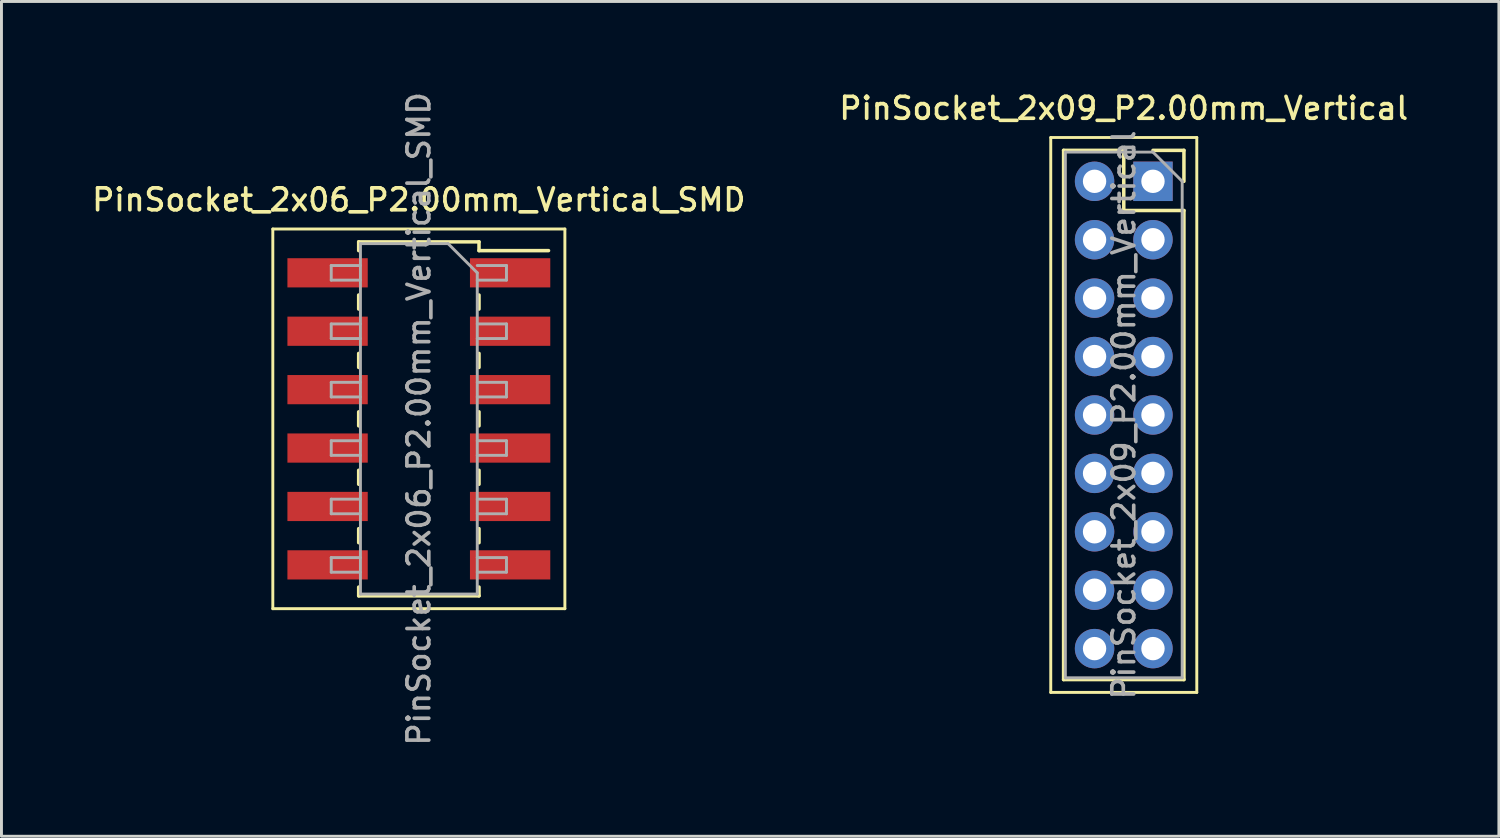
<source format=kicad_pcb>
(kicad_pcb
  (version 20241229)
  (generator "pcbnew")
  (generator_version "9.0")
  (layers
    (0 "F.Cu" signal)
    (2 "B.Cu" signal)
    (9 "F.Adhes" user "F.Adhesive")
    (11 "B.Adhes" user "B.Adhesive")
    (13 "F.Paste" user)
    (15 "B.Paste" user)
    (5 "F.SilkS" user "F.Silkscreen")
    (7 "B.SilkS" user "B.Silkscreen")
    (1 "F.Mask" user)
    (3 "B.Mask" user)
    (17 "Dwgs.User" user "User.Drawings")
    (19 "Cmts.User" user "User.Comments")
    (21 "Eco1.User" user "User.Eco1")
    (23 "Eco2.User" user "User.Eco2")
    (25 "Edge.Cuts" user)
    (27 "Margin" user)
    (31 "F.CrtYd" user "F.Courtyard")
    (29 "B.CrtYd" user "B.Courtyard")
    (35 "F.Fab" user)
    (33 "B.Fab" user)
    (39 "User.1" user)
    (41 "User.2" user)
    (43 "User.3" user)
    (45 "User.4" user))
  (footprint "PinSocket_2x06_P2.00mm_Vertical_SMD"
    (layer "F.Cu")
    (at 11.291 11.291)
    (property "Reference" "PinSocket_2x06_P2.00mm_Vertical_SMD" (at 0 -7.5 0) (layer "F.SilkS") (effects (font (size 0.75 0.75) (thickness 0.125))))
    (attr smd)
    (fp_line (start -5 -6.5) (end 5 -6.5) (stroke (width 0.1) (type solid)) (layer "F.SilkS"))
    (fp_line (start -5 6.5) (end -5 -6.5) (stroke (width 0.1) (type solid)) (layer "F.SilkS"))
    (fp_line (start -2.06 -6.06) (end -2.06 -5.76) (stroke (width 0.12) (type solid)) (layer "F.SilkS"))
    (fp_line (start -2.06 -6.06) (end 2.06 -6.06) (stroke (width 0.12) (type solid)) (layer "F.SilkS"))
    (fp_line (start -2.06 -4.24) (end -2.06 -3.76) (stroke (width 0.12) (type solid)) (layer "F.SilkS"))
    (fp_line (start -2.06 -2.24) (end -2.06 -1.76) (stroke (width 0.12) (type solid)) (layer "F.SilkS"))
    (fp_line (start -2.06 -0.24) (end -2.06 0.24) (stroke (width 0.12) (type solid)) (layer "F.SilkS"))
    (fp_line (start -2.06 1.76) (end -2.06 2.24) (stroke (width 0.12) (type solid)) (layer "F.SilkS"))
    (fp_line (start -2.06 3.76) (end -2.06 4.24) (stroke (width 0.12) (type solid)) (layer "F.SilkS"))
    (fp_line (start -2.06 5.76) (end -2.06 6.06) (stroke (width 0.12) (type solid)) (layer "F.SilkS"))
    (fp_line (start -2.06 6.06) (end 2.06 6.06) (stroke (width 0.12) (type solid)) (layer "F.SilkS"))
    (fp_line (start 2.06 -6.06) (end 2.06 -5.76) (stroke (width 0.12) (type solid)) (layer "F.SilkS"))
    (fp_line (start 2.06 -5.76) (end 4.44 -5.76) (stroke (width 0.12) (type solid)) (layer "F.SilkS"))
    (fp_line (start 2.06 -4.24) (end 2.06 -3.76) (stroke (width 0.12) (type solid)) (layer "F.SilkS"))
    (fp_line (start 2.06 -2.24) (end 2.06 -1.76) (stroke (width 0.12) (type solid)) (layer "F.SilkS"))
    (fp_line (start 2.06 -0.24) (end 2.06 0.24) (stroke (width 0.12) (type solid)) (layer "F.SilkS"))
    (fp_line (start 2.06 1.76) (end 2.06 2.24) (stroke (width 0.12) (type solid)) (layer "F.SilkS"))
    (fp_line (start 2.06 3.76) (end 2.06 4.24) (stroke (width 0.12) (type solid)) (layer "F.SilkS"))
    (fp_line (start 2.06 5.76) (end 2.06 6.06) (stroke (width 0.12) (type solid)) (layer "F.SilkS"))
    (fp_line (start 5 -6.5) (end 5 6.5) (stroke (width 0.1) (type solid)) (layer "F.SilkS"))
    (fp_line (start 5 6.5) (end -5 6.5) (stroke (width 0.1) (type solid)) (layer "F.SilkS"))
    (fp_line (start -3 -5.25) (end -2 -5.25) (stroke (width 0.1) (type solid)) (layer "F.Fab"))
    (fp_line (start -3 -4.75) (end -3 -5.25) (stroke (width 0.1) (type solid)) (layer "F.Fab"))
    (fp_line (start -3 -3.25) (end -2 -3.25) (stroke (width 0.1) (type solid)) (layer "F.Fab"))
    (fp_line (start -3 -2.75) (end -3 -3.25) (stroke (width 0.1) (type solid)) (layer "F.Fab"))
    (fp_line (start -3 -1.25) (end -2 -1.25) (stroke (width 0.1) (type solid)) (layer "F.Fab"))
    (fp_line (start -3 -0.75) (end -3 -1.25) (stroke (width 0.1) (type solid)) (layer "F.Fab"))
    (fp_line (start -3 0.75) (end -2 0.75) (stroke (width 0.1) (type solid)) (layer "F.Fab"))
    (fp_line (start -3 1.25) (end -3 0.75) (stroke (width 0.1) (type solid)) (layer "F.Fab"))
    (fp_line (start -3 2.75) (end -2 2.75) (stroke (width 0.1) (type solid)) (layer "F.Fab"))
    (fp_line (start -3 3.25) (end -3 2.75) (stroke (width 0.1) (type solid)) (layer "F.Fab"))
    (fp_line (start -3 4.75) (end -2 4.75) (stroke (width 0.1) (type solid)) (layer "F.Fab"))
    (fp_line (start -3 5.25) (end -3 4.75) (stroke (width 0.1) (type solid)) (layer "F.Fab"))
    (fp_line (start -2 -6) (end 1 -6) (stroke (width 0.1) (type solid)) (layer "F.Fab"))
    (fp_line (start -2 -4.75) (end -3 -4.75) (stroke (width 0.1) (type solid)) (layer "F.Fab"))
    (fp_line (start -2 -2.75) (end -3 -2.75) (stroke (width 0.1) (type solid)) (layer "F.Fab"))
    (fp_line (start -2 -0.75) (end -3 -0.75) (stroke (width 0.1) (type solid)) (layer "F.Fab"))
    (fp_line (start -2 1.25) (end -3 1.25) (stroke (width 0.1) (type solid)) (layer "F.Fab"))
    (fp_line (start -2 3.25) (end -3 3.25) (stroke (width 0.1) (type solid)) (layer "F.Fab"))
    (fp_line (start -2 5.25) (end -3 5.25) (stroke (width 0.1) (type solid)) (layer "F.Fab"))
    (fp_line (start -2 6) (end -2 -6) (stroke (width 0.1) (type solid)) (layer "F.Fab"))
    (fp_line (start 1 -6) (end 2 -5) (stroke (width 0.1) (type solid)) (layer "F.Fab"))
    (fp_line (start 2 -5.25) (end 3 -5.25) (stroke (width 0.1) (type solid)) (layer "F.Fab"))
    (fp_line (start 2 -5) (end 2 6) (stroke (width 0.1) (type solid)) (layer "F.Fab"))
    (fp_line (start 2 -3.25) (end 3 -3.25) (stroke (width 0.1) (type solid)) (layer "F.Fab"))
    (fp_line (start 2 -1.25) (end 3 -1.25) (stroke (width 0.1) (type solid)) (layer "F.Fab"))
    (fp_line (start 2 0.75) (end 3 0.75) (stroke (width 0.1) (type solid)) (layer "F.Fab"))
    (fp_line (start 2 2.75) (end 3 2.75) (stroke (width 0.1) (type solid)) (layer "F.Fab"))
    (fp_line (start 2 4.75) (end 3 4.75) (stroke (width 0.1) (type solid)) (layer "F.Fab"))
    (fp_line (start 2 6) (end -2 6) (stroke (width 0.1) (type solid)) (layer "F.Fab"))
    (fp_line (start 3 -5.25) (end 3 -4.75) (stroke (width 0.1) (type solid)) (layer "F.Fab"))
    (fp_line (start 3 -4.75) (end 2 -4.75) (stroke (width 0.1) (type solid)) (layer "F.Fab"))
    (fp_line (start 3 -3.25) (end 3 -2.75) (stroke (width 0.1) (type solid)) (layer "F.Fab"))
    (fp_line (start 3 -2.75) (end 2 -2.75) (stroke (width 0.1) (type solid)) (layer "F.Fab"))
    (fp_line (start 3 -1.25) (end 3 -0.75) (stroke (width 0.1) (type solid)) (layer "F.Fab"))
    (fp_line (start 3 -0.75) (end 2 -0.75) (stroke (width 0.1) (type solid)) (layer "F.Fab"))
    (fp_line (start 3 0.75) (end 3 1.25) (stroke (width 0.1) (type solid)) (layer "F.Fab"))
    (fp_line (start 3 1.25) (end 2 1.25) (stroke (width 0.1) (type solid)) (layer "F.Fab"))
    (fp_line (start 3 2.75) (end 3 3.25) (stroke (width 0.1) (type solid)) (layer "F.Fab"))
    (fp_line (start 3 3.25) (end 2 3.25) (stroke (width 0.1) (type solid)) (layer "F.Fab"))
    (fp_line (start 3 4.75) (end 3 5.25) (stroke (width 0.1) (type solid)) (layer "F.Fab"))
    (fp_line (start 3 5.25) (end 2 5.25) (stroke (width 0.1) (type solid)) (layer "F.Fab"))
    (fp_text user "${REFERENCE}" (at 0 0 90) (layer "F.Fab") (effects (font (size 0.75 0.75) (thickness 0.125))))
    (pad "1" smd rect (at 3.125 -5) (size 2.75 1) (layers "F.Cu" "F.Mask" "F.Paste"))
    (pad "2" smd rect (at -3.125 -5) (size 2.75 1) (layers "F.Cu" "F.Mask" "F.Paste"))
    (pad "3" smd rect (at 3.125 -3) (size 2.75 1) (layers "F.Cu" "F.Mask" "F.Paste"))
    (pad "4" smd rect (at -3.125 -3) (size 2.75 1) (layers "F.Cu" "F.Mask" "F.Paste"))
    (pad "5" smd rect (at 3.125 -1) (size 2.75 1) (layers "F.Cu" "F.Mask" "F.Paste"))
    (pad "6" smd rect (at -3.125 -1) (size 2.75 1) (layers "F.Cu" "F.Mask" "F.Paste"))
    (pad "7" smd rect (at 3.125 1) (size 2.75 1) (layers "F.Cu" "F.Mask" "F.Paste"))
    (pad "8" smd rect (at -3.125 1) (size 2.75 1) (layers "F.Cu" "F.Mask" "F.Paste"))
    (pad "9" smd rect (at 3.125 3) (size 2.75 1) (layers "F.Cu" "F.Mask" "F.Paste"))
    (pad "10" smd rect (at -3.125 3) (size 2.75 1) (layers "F.Cu" "F.Mask" "F.Paste"))
    (pad "11" smd rect (at 3.125 5) (size 2.75 1) (layers "F.Cu" "F.Mask" "F.Paste"))
    (pad "12" smd rect (at -3.125 5) (size 2.75 1) (layers "F.Cu" "F.Mask" "F.Paste")))
  (footprint "PinSocket_2x09_P2.00mm_Vertical"
    (layer "F.Cu")
    (at 36.427 3.158)
    (property "Reference" "PinSocket_2x09_P2.00mm_Vertical" (at -1 -2.5 0) (layer "F.SilkS") (effects (font (size 0.75 0.75) (thickness 0.125))))
    (attr through_hole)
    (fp_line (start -3.5 -1.5) (end 1.5 -1.5) (stroke (width 0.1) (type solid)) (layer "F.SilkS"))
    (fp_line (start -3.5 17.5) (end -3.5 -1.5) (stroke (width 0.1) (type solid)) (layer "F.SilkS"))
    (fp_line (start -3.06 -1.06) (end -3.06 17.06) (stroke (width 0.12) (type solid)) (layer "F.SilkS"))
    (fp_line (start -3.06 -1.06) (end -1 -1.06) (stroke (width 0.12) (type solid)) (layer "F.SilkS"))
    (fp_line (start -3.06 17.06) (end 1.06 17.06) (stroke (width 0.12) (type solid)) (layer "F.SilkS"))
    (fp_line (start -1 -1.06) (end -1 1) (stroke (width 0.12) (type solid)) (layer "F.SilkS"))
    (fp_line (start -1 1) (end 1.06 1) (stroke (width 0.12) (type solid)) (layer "F.SilkS"))
    (fp_line (start 0 -1.06) (end 1.06 -1.06) (stroke (width 0.12) (type solid)) (layer "F.SilkS"))
    (fp_line (start 1.06 -1.06) (end 1.06 0) (stroke (width 0.12) (type solid)) (layer "F.SilkS"))
    (fp_line (start 1.06 1) (end 1.06 17.06) (stroke (width 0.12) (type solid)) (layer "F.SilkS"))
    (fp_line (start 1.5 -1.5) (end 1.5 17.5) (stroke (width 0.1) (type solid)) (layer "F.SilkS"))
    (fp_line (start 1.5 17.5) (end -3.5 17.5) (stroke (width 0.1) (type solid)) (layer "F.SilkS"))
    (fp_line (start -3 -1) (end 0 -1) (stroke (width 0.1) (type solid)) (layer "F.Fab"))
    (fp_line (start -3 17) (end -3 -1) (stroke (width 0.1) (type solid)) (layer "F.Fab"))
    (fp_line (start 0 -1) (end 1 0) (stroke (width 0.1) (type solid)) (layer "F.Fab"))
    (fp_line (start 1 0) (end 1 17) (stroke (width 0.1) (type solid)) (layer "F.Fab"))
    (fp_line (start 1 17) (end -3 17) (stroke (width 0.1) (type solid)) (layer "F.Fab"))
    (fp_text user "${REFERENCE}" (at -1 8 90) (layer "F.Fab") (effects (font (size 0.75 0.75) (thickness 0.125))))
    (pad "1" thru_hole rect (at 0 0) (size 1.35 1.35) (drill 0.8) (layers "*.Cu" "*.Mask"))
    (pad "2" thru_hole oval (at -2 0) (size 1.35 1.35) (drill 0.8) (layers "*.Cu" "*.Mask"))
    (pad "3" thru_hole oval (at 0 2) (size 1.35 1.35) (drill 0.8) (layers "*.Cu" "*.Mask"))
    (pad "4" thru_hole oval (at -2 2) (size 1.35 1.35) (drill 0.8) (layers "*.Cu" "*.Mask"))
    (pad "5" thru_hole oval (at 0 4) (size 1.35 1.35) (drill 0.8) (layers "*.Cu" "*.Mask"))
    (pad "6" thru_hole oval (at -2 4) (size 1.35 1.35) (drill 0.8) (layers "*.Cu" "*.Mask"))
    (pad "7" thru_hole oval (at 0 6) (size 1.35 1.35) (drill 0.8) (layers "*.Cu" "*.Mask"))
    (pad "8" thru_hole oval (at -2 6) (size 1.35 1.35) (drill 0.8) (layers "*.Cu" "*.Mask"))
    (pad "9" thru_hole oval (at 0 8) (size 1.35 1.35) (drill 0.8) (layers "*.Cu" "*.Mask"))
    (pad "10" thru_hole oval (at -2 8) (size 1.35 1.35) (drill 0.8) (layers "*.Cu" "*.Mask"))
    (pad "11" thru_hole oval (at 0 10) (size 1.35 1.35) (drill 0.8) (layers "*.Cu" "*.Mask"))
    (pad "12" thru_hole oval (at -2 10) (size 1.35 1.35) (drill 0.8) (layers "*.Cu" "*.Mask"))
    (pad "13" thru_hole oval (at 0 12) (size 1.35 1.35) (drill 0.8) (layers "*.Cu" "*.Mask"))
    (pad "14" thru_hole oval (at -2 12) (size 1.35 1.35) (drill 0.8) (layers "*.Cu" "*.Mask"))
    (pad "15" thru_hole oval (at 0 14) (size 1.35 1.35) (drill 0.8) (layers "*.Cu" "*.Mask"))
    (pad "16" thru_hole oval (at -2 14) (size 1.35 1.35) (drill 0.8) (layers "*.Cu" "*.Mask"))
    (pad "17" thru_hole oval (at 0 16) (size 1.35 1.35) (drill 0.8) (layers "*.Cu" "*.Mask"))
    (pad "18" thru_hole oval (at -2 16) (size 1.35 1.35) (drill 0.8) (layers "*.Cu" "*.Mask")))
  (gr_rect
    (start -3 -3)
    (end 48.271 25.582)
    (stroke (width 0.1) (type default))
    (fill no)
    (layer "Edge.Cuts")))
</source>
